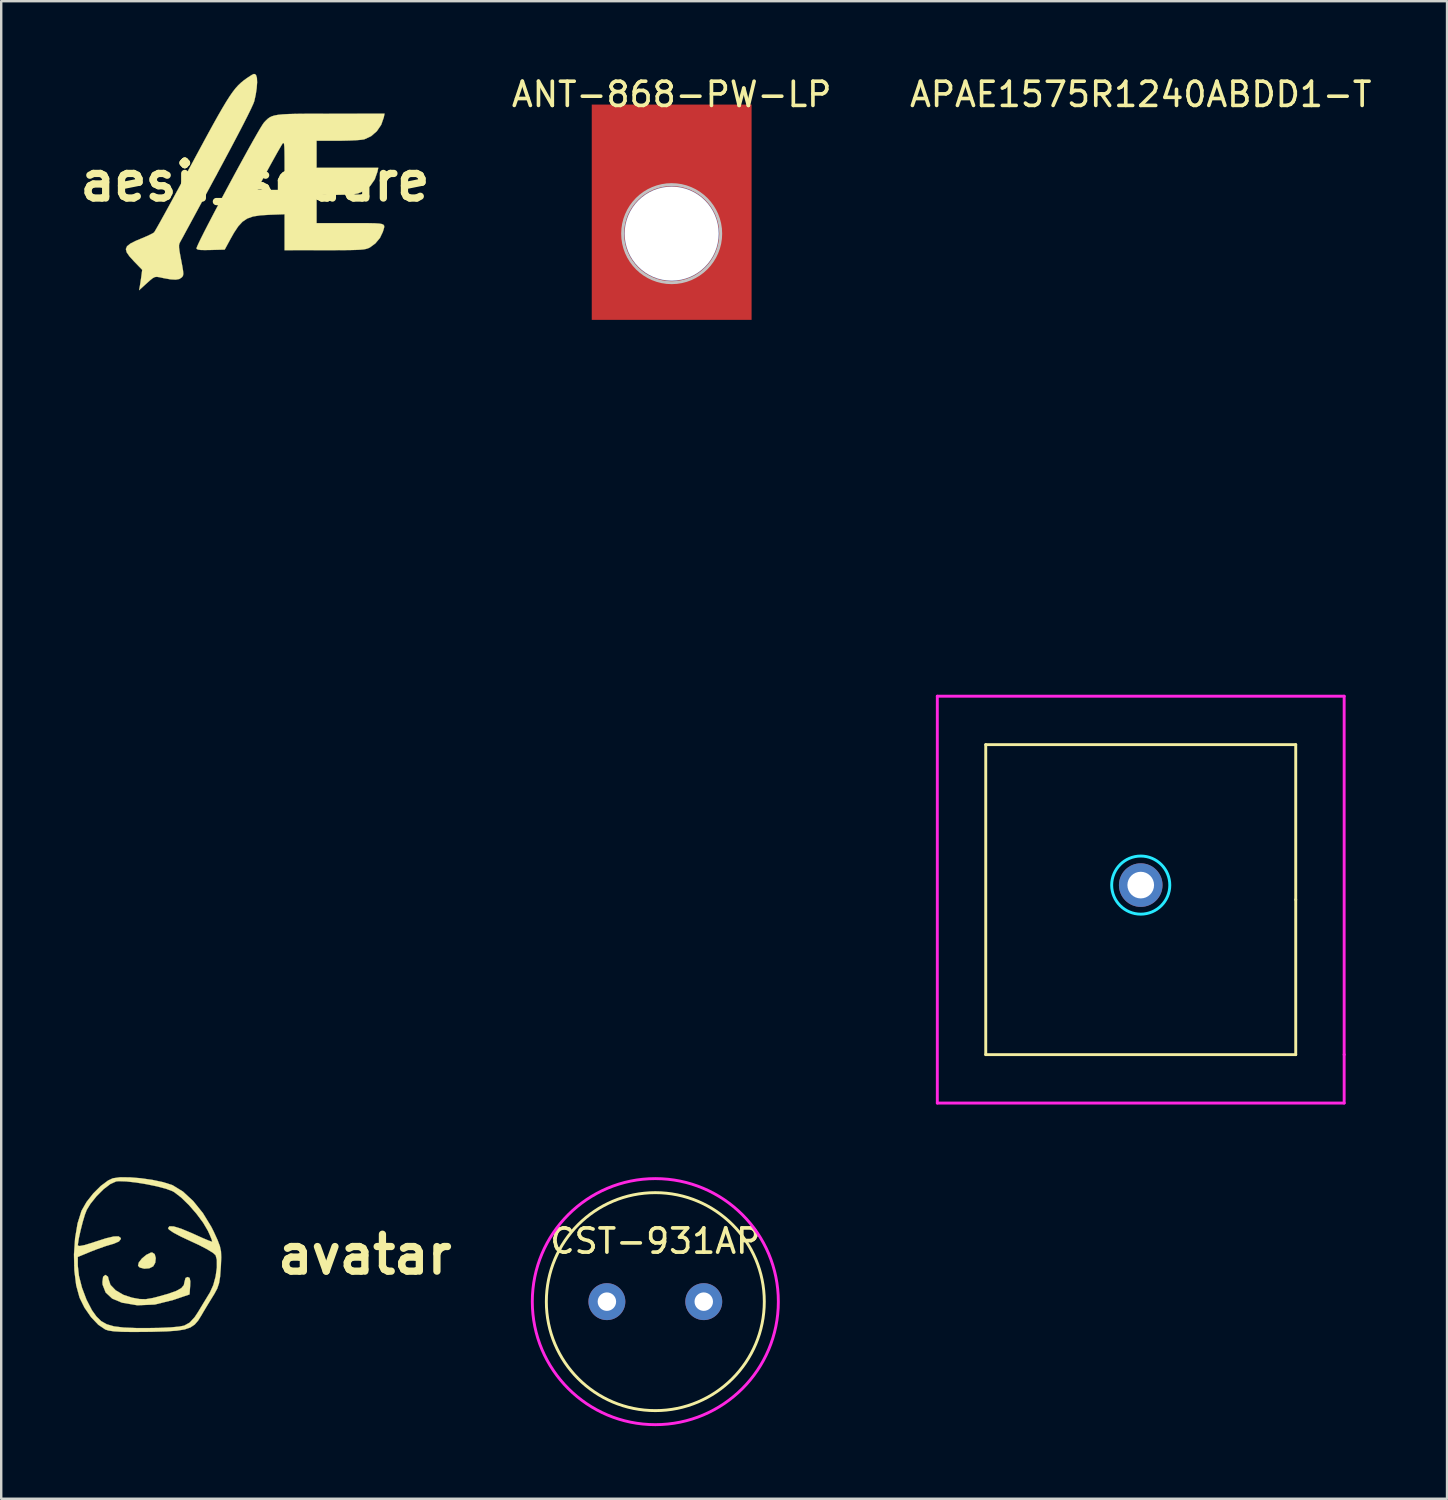
<source format=kicad_pcb>
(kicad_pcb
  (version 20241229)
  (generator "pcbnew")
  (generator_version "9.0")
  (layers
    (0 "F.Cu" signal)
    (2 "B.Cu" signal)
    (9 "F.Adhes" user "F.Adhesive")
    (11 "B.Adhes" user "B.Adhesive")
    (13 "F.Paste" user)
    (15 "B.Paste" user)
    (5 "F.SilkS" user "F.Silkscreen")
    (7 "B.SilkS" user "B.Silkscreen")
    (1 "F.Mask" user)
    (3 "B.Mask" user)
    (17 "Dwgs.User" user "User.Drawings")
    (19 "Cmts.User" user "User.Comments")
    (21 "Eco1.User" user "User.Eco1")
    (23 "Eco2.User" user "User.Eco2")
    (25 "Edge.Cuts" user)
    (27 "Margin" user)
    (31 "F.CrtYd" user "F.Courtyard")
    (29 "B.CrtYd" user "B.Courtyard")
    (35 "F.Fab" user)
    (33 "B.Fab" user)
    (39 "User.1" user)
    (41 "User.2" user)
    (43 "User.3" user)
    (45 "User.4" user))
  (footprint "CST-931AP"
    (layer "F.Cu")
    (at 24.01 50.698)
    (property "Reference" "CST-931AP" (at 0 -2.5 0) (layer "F.SilkS") (effects (font (size 1 1) (thickness 0.15))))
    (attr through_hole)
    (fp_circle (center 0 0) (end 4.5 0) (stroke (width 0.12) (type solid)) (fill no) (layer "F.SilkS"))
    (fp_circle (center 0 0) (end 5.08 0) (stroke (width 0.12) (type solid)) (fill no) (layer "F.CrtYd"))
    (pad "1" thru_hole circle (at -2 0) (size 1.524 1.524) (drill 0.762) (layers "*.Cu" "*.Mask"))
    (pad "2" thru_hole circle (at 2 0) (size 1.524 1.524) (drill 0.762) (layers "*.Cu" "*.Mask")))
  (footprint "ANT-868-PW-LP"
    (layer "F.Cu")
    (at 24.685 6.598)
    (property "Reference" "ANT-868-PW-LP" (at 0 -5.75 0) (layer "F.SilkS") (effects (font (size 1 1) (thickness 0.15))))
    (attr through_hole)
    (fp_circle (center 0 0) (end 2.025 0) (stroke (width 0.12) (type solid)) (fill no) (layer "Dwgs.User"))
    (pad "1" thru_hole circle (at 0 0) (size 3.9 3.9) (drill 3.88) (layers "*.Cu" "*.Mask"))
    (pad "1" smd rect (at 0 0) (size 6.6 8.89) (drill (offset 0 -0.885)) (layers "F.Cu" "F.Mask")))
  (footprint "aesir_square"
    (layer "F.Cu")
    (at 7.482 4.438)
    (property "Reference" "aesir_square" (at 0 0 0) (layer "F.SilkS") (effects (font (size 1.524 1.524) (thickness 0.3))))
    (attr through_hole)
    (fp_poly (pts (xy -0.000421 -4.427) (xy 0.042 -4.382) (xy 0.077 -4.273) (xy 0.085 -4.088) (xy 0.068 -3.85) (xy 0.028 -3.581) (xy -0.031 -3.313) (xy -0.074 -3.199) (xy -0.165 -3) (xy -0.302 -2.72) (xy -0.483 -2.362) (xy -0.707 -1.931) (xy -0.971 -1.429) (xy -1.274 -0.861) (xy -1.559 -0.33) (xy -1.821 0.156) (xy -2.071 0.619) (xy -2.304 1.05) (xy -2.515 1.441) (xy -2.7 1.783) (xy -2.855 2.068) (xy -2.974 2.289) (xy -3.055 2.436) (xy -3.091 2.501) (xy -3.123 2.567) (xy -3.139 2.639) (xy -3.138 2.739) (xy -3.119 2.887) (xy -3.081 3.103) (xy -3.052 3.252) (xy -3.003 3.509) (xy -2.974 3.686) (xy -2.963 3.802) (xy -2.97 3.876) (xy -2.993 3.927) (xy -3.024 3.964) (xy -3.124 4.032) (xy -3.275 4.059) (xy -3.491 4.047) (xy -3.785 3.995) (xy -3.81 3.989) (xy -3.953 3.958) (xy -4.055 3.943) (xy -4.139 3.953) (xy -4.225 3.998) (xy -4.336 4.086) (xy -4.491 4.226) (xy -4.591 4.317) (xy -4.789 4.496) (xy -4.759 4.338) (xy -4.735 4.192) (xy -4.707 4.003) (xy -4.695 3.917) (xy -4.66 3.654) (xy -4.997 3.305) (xy -5.187 3.096) (xy -5.301 2.931) (xy -5.335 2.796) (xy -5.286 2.68) (xy -5.149 2.57) (xy -4.921 2.455) (xy -4.697 2.361) (xy -4.491 2.274) (xy -4.317 2.193) (xy -4.199 2.129) (xy -4.168 2.106) (xy -4.132 2.049) (xy -4.052 1.911) (xy -3.932 1.699) (xy -3.778 1.421) (xy -3.593 1.085) (xy -3.383 0.7) (xy -3.15 0.272) (xy -2.9 -0.191) (xy -2.637 -0.679) (xy -2.613 -0.723) (xy -2.284 -1.334) (xy -1.998 -1.863) (xy -1.75 -2.316) (xy -1.535 -2.701) (xy -1.349 -3.024) (xy -1.188 -3.293) (xy -1.047 -3.514) (xy -0.92 -3.696) (xy -0.804 -3.845) (xy -0.694 -3.967) (xy -0.584 -4.071) (xy -0.472 -4.164) (xy -0.351 -4.252) (xy -0.28 -4.3) (xy -0.137 -4.393) (xy -0.052 -4.433) (xy -0.000421 -4.427)) (stroke (width 0.01) (type solid)) (fill yes) (layer "F.SilkS"))
    (fp_poly (pts (xy 5.315 -2.638) (xy 5.209 -2.334) (xy 5.029 -2.07) (xy 4.792 -1.865) (xy 4.517 -1.738) (xy 4.496 -1.732) (xy 4.37 -1.714) (xy 4.165 -1.697) (xy 3.904 -1.685) (xy 3.609 -1.678) (xy 3.407 -1.676) (xy 2.54 -1.676) (xy 2.54 -0.559) (xy 5.088 -0.559) (xy 5.053 -0.394) (xy 4.942 -0.08) (xy 4.758 0.185) (xy 4.517 0.386) (xy 4.242 0.503) (xy 4.109 0.523) (xy 3.901 0.54) (xy 3.643 0.553) (xy 3.36 0.558) (xy 3.28 0.559) (xy 2.54 0.559) (xy 2.54 1.727) (xy 3.937 1.727) (xy 4.36 1.727) (xy 4.691 1.727) (xy 4.941 1.732) (xy 5.12 1.743) (xy 5.239 1.763) (xy 5.306 1.795) (xy 5.333 1.842) (xy 5.33 1.907) (xy 5.306 1.991) (xy 5.276 2.087) (xy 5.157 2.337) (xy 4.969 2.562) (xy 4.745 2.728) (xy 4.703 2.749) (xy 4.637 2.775) (xy 4.561 2.796) (xy 4.463 2.812) (xy 4.331 2.824) (xy 4.153 2.832) (xy 3.918 2.838) (xy 3.614 2.841) (xy 3.229 2.843) (xy 2.857 2.844) (xy 1.219 2.845) (xy 1.219 1.359) (xy 0.597 1.381) (xy 0.217 1.404) (xy -0.083 1.451) (xy -0.321 1.535) (xy -0.518 1.667) (xy -0.695 1.859) (xy -0.871 2.125) (xy -1.005 2.362) (xy -1.253 2.819) (xy -1.821 2.834) (xy -2.076 2.838) (xy -2.247 2.834) (xy -2.351 2.82) (xy -2.404 2.795) (xy -2.419 2.772) (xy -2.401 2.712) (xy -2.34 2.574) (xy -2.24 2.366) (xy -2.106 2.099) (xy -1.943 1.781) (xy -1.757 1.424) (xy -1.554 1.037) (xy -1.338 0.629) (xy -1.18 0.334) (xy 0.102 0.334) (xy 0.149 0.342) (xy 0.277 0.35) (xy 0.467 0.354) (xy 0.66 0.356) (xy 1.219 0.356) (xy 1.219 -0.646) (xy 1.218 -0.99) (xy 1.215 -1.243) (xy 1.209 -1.418) (xy 1.199 -1.526) (xy 1.184 -1.578) (xy 1.163 -1.586) (xy 1.146 -1.573) (xy 1.106 -1.513) (xy 1.029 -1.382) (xy 0.922 -1.196) (xy 0.796 -0.97) (xy 0.658 -0.722) (xy 0.519 -0.467) (xy 0.386 -0.222) (xy 0.27 -0.003) (xy 0.177 0.173) (xy 0.119 0.291) (xy 0.102 0.334) (xy -1.18 0.334) (xy -1.114 0.21) (xy -0.888 -0.21) (xy -0.665 -0.621) (xy -0.45 -1.013) (xy -0.249 -1.378) (xy -0.066 -1.704) (xy 0.093 -1.982) (xy 0.222 -2.203) (xy 0.318 -2.357) (xy 0.372 -2.432) (xy 0.451 -2.515) (xy 0.524 -2.584) (xy 0.601 -2.64) (xy 0.692 -2.685) (xy 0.807 -2.72) (xy 0.954 -2.747) (xy 1.144 -2.766) (xy 1.387 -2.779) (xy 1.691 -2.787) (xy 2.067 -2.791) (xy 2.524 -2.792) (xy 3.072 -2.793) (xy 3.143 -2.793) (xy 5.347 -2.794) (xy 5.315 -2.638)) (stroke (width 0.01) (type solid)) (fill yes) (layer "F.SilkS")))
  (footprint "avatar"
    (layer "F.Cu")
    (at 3.126 48.749)
    (property "Reference" "avatar" (at 8.89 0 0) (layer "F.SilkS") (effects (font (size 1.524 1.524) (thickness 0.3))))
    (attr through_hole)
    (fp_poly (pts (xy 0.211 -0.015) (xy 0.256 0.147) (xy 0.236 0.339) (xy 0.152 0.491) (xy -0.011 0.572) (xy -0.221 0.588) (xy -0.404 0.541) (xy -0.476 0.468) (xy -0.448 0.336) (xy -0.319 0.17) (xy -0.138 0.019) (xy 0.046 -0.073) (xy 0.106 -0.082) (xy 0.211 -0.015)) (stroke (width 0.01) (type solid)) (fill yes) (layer "F.SilkS"))
    (fp_poly (pts (xy -1.717 0.918) (xy -1.693 1.023) (xy -1.614 1.258) (xy -1.398 1.482) (xy -1.077 1.669) (xy -0.723 1.785) (xy -0.412 1.842) (xy -0.158 1.848) (xy 0.126 1.8) (xy 0.301 1.756) (xy 0.776 1.623) (xy 1.105 1.505) (xy 1.31 1.39) (xy 1.414 1.268) (xy 1.439 1.147) (xy 1.484 0.972) (xy 1.571 0.931) (xy 1.655 0.97) (xy 1.683 1.111) (xy 1.677 1.291) (xy 1.651 1.651) (xy 0.974 1.881) (xy 0.217 2.069) (xy -0.502 2.1) (xy -1.14 1.992) (xy -1.545 1.822) (xy -1.815 1.57) (xy -1.94 1.248) (xy -1.947 1.138) (xy -1.919 0.921) (xy -1.828 0.847) (xy -1.82 0.847) (xy -1.717 0.918)) (stroke (width 0.01) (type solid)) (fill yes) (layer "F.SilkS"))
    (fp_poly (pts (xy -0.827 -3.185) (xy -0.362 -3.147) (xy 0.116 -3.079) (xy 0.559 -2.985) (xy 0.917 -2.872) (xy 0.96 -2.854) (xy 1.381 -2.595) (xy 1.805 -2.202) (xy 2.205 -1.705) (xy 2.552 -1.137) (xy 2.651 -0.938) (xy 2.808 -0.596) (xy 2.903 -0.345) (xy 2.95 -0.125) (xy 2.96 0.125) (xy 2.946 0.467) (xy 2.942 0.526) (xy 2.914 0.913) (xy 2.869 1.188) (xy 2.794 1.41) (xy 2.672 1.636) (xy 2.621 1.718) (xy 2.427 2.033) (xy 2.232 2.357) (xy 2.137 2.521) (xy 2.003 2.736) (xy 1.861 2.898) (xy 1.685 3.015) (xy 1.451 3.096) (xy 1.133 3.147) (xy 0.705 3.177) (xy 0.142 3.193) (xy -0.085 3.196) (xy -0.683 3.201) (xy -1.135 3.195) (xy -1.463 3.176) (xy -1.689 3.144) (xy -1.826 3.101) (xy -2.118 2.903) (xy -2.418 2.586) (xy -2.688 2.197) (xy -2.891 1.785) (xy -3.03 1.276) (xy -3.106 0.663) (xy -3.119 0.104) (xy -2.963 0.104) (xy -2.963 0.466) (xy -2.916 0.885) (xy -2.79 1.374) (xy -2.605 1.866) (xy -2.384 2.294) (xy -2.373 2.312) (xy -2.193 2.563) (xy -2.001 2.751) (xy -1.769 2.883) (xy -1.468 2.97) (xy -1.072 3.018) (xy -0.553 3.039) (xy -0.127 3.041) (xy 0.409 3.033) (xy 0.867 3.012) (xy 1.218 2.98) (xy 1.431 2.939) (xy 1.434 2.937) (xy 1.656 2.814) (xy 1.863 2.589) (xy 2.006 2.371) (xy 2.197 2.054) (xy 2.391 1.735) (xy 2.498 1.559) (xy 2.631 1.264) (xy 2.728 0.905) (xy 2.779 0.538) (xy 2.777 0.22) (xy 2.727 0.033) (xy 2.615 -0.068) (xy 2.377 -0.214) (xy 2.045 -0.387) (xy 1.7 -0.547) (xy 1.289 -0.739) (xy 0.983 -0.902) (xy 0.803 -1.026) (xy 0.762 -1.084) (xy 0.82 -1.163) (xy 0.997 -1.157) (xy 1.302 -1.064) (xy 1.74 -0.882) (xy 1.908 -0.806) (xy 2.207 -0.671) (xy 2.44 -0.574) (xy 2.571 -0.528) (xy 2.587 -0.527) (xy 2.567 -0.609) (xy 2.49 -0.798) (xy 2.407 -0.98) (xy 2.211 -1.313) (xy 1.937 -1.681) (xy 1.623 -2.041) (xy 1.305 -2.351) (xy 1.021 -2.57) (xy 0.942 -2.614) (xy 0.677 -2.713) (xy 0.305 -2.811) (xy -0.126 -2.9) (xy -0.565 -2.971) (xy -0.964 -3.015) (xy -1.274 -3.025) (xy -1.379 -3.015) (xy -1.616 -2.91) (xy -1.898 -2.695) (xy -2.186 -2.408) (xy -2.443 -2.087) (xy -2.594 -1.84) (xy -2.67 -1.643) (xy -2.76 -1.341) (xy -2.848 -0.995) (xy -2.92 -0.668) (xy -2.959 -0.42) (xy -2.962 -0.37) (xy -2.888 -0.347) (xy -2.677 -0.388) (xy -2.346 -0.489) (xy -2.265 -0.517) (xy -1.803 -0.666) (xy -1.479 -0.742) (xy -1.28 -0.747) (xy -1.192 -0.682) (xy -1.185 -0.638) (xy -1.264 -0.536) (xy -1.476 -0.443) (xy -1.545 -0.424) (xy -1.821 -0.341) (xy -2.166 -0.219) (xy -2.434 -0.115) (xy -2.963 0.104) (xy -3.119 0.104) (xy -3.121 -0.003) (xy -3.076 -0.669) (xy -2.973 -1.283) (xy -2.813 -1.794) (xy -2.801 -1.82) (xy -2.602 -2.168) (xy -2.327 -2.517) (xy -2.017 -2.826) (xy -1.712 -3.054) (xy -1.517 -3.145) (xy -1.228 -3.186) (xy -0.827 -3.185)) (stroke (width 0.01) (type solid)) (fill yes) (layer "F.SilkS")))
  (footprint "APAE1575R1240ABDD1-T"
    (layer "F.Cu")
    (at 44.054 34.098)
    (property "Reference" "APAE1575R1240ABDD1-T" (at 0 -33.25 0) (layer "F.SilkS") (effects (font (size 1 1) (thickness 0.15))))
    (attr through_hole)
    (fp_line (start -6.4 -6.4) (end -6.4 6.4) (stroke (width 0.12) (type solid)) (layer "F.SilkS"))
    (fp_line (start -6.4 6.4) (end 6.4 6.4) (stroke (width 0.12) (type solid)) (layer "F.SilkS"))
    (fp_line (start 6.4 -6.4) (end -6.4 -6.4) (stroke (width 0.12) (type solid)) (layer "F.SilkS"))
    (fp_line (start 6.4 0) (end 6.4 -6.4) (stroke (width 0.12) (type solid)) (layer "F.SilkS"))
    (fp_line (start 6.4 6.4) (end 6.4 0) (stroke (width 0.12) (type solid)) (layer "F.SilkS"))
    (fp_circle (center 0 -0.6) (end 1.2 -0.6) (stroke (width 0.12) (type solid)) (fill no) (layer "B.CrtYd"))
    (fp_line (start -8.4 -8.4) (end 8.4 -8.4) (stroke (width 0.12) (type solid)) (layer "F.CrtYd"))
    (fp_line (start -8.4 8.4) (end -8.4 -8.4) (stroke (width 0.12) (type solid)) (layer "F.CrtYd"))
    (fp_line (start 8.4 -8.4) (end 8.4 6.4) (stroke (width 0.12) (type solid)) (layer "F.CrtYd"))
    (fp_line (start 8.4 6.4) (end 8.4 8.4) (stroke (width 0.12) (type solid)) (layer "F.CrtYd"))
    (fp_line (start 8.4 8.4) (end -8.4 8.4) (stroke (width 0.12) (type solid)) (layer "F.CrtYd"))
    (pad "1" thru_hole circle (at 0 -0.6) (size 1.8 1.8) (drill 1.1) (layers "*.Cu" "*.Mask")))
  (gr_rect
    (start -3 -3)
    (end 56.702 58.838)
    (stroke (width 0.1) (type default))
    (fill no)
    (layer "Edge.Cuts")))
</source>
